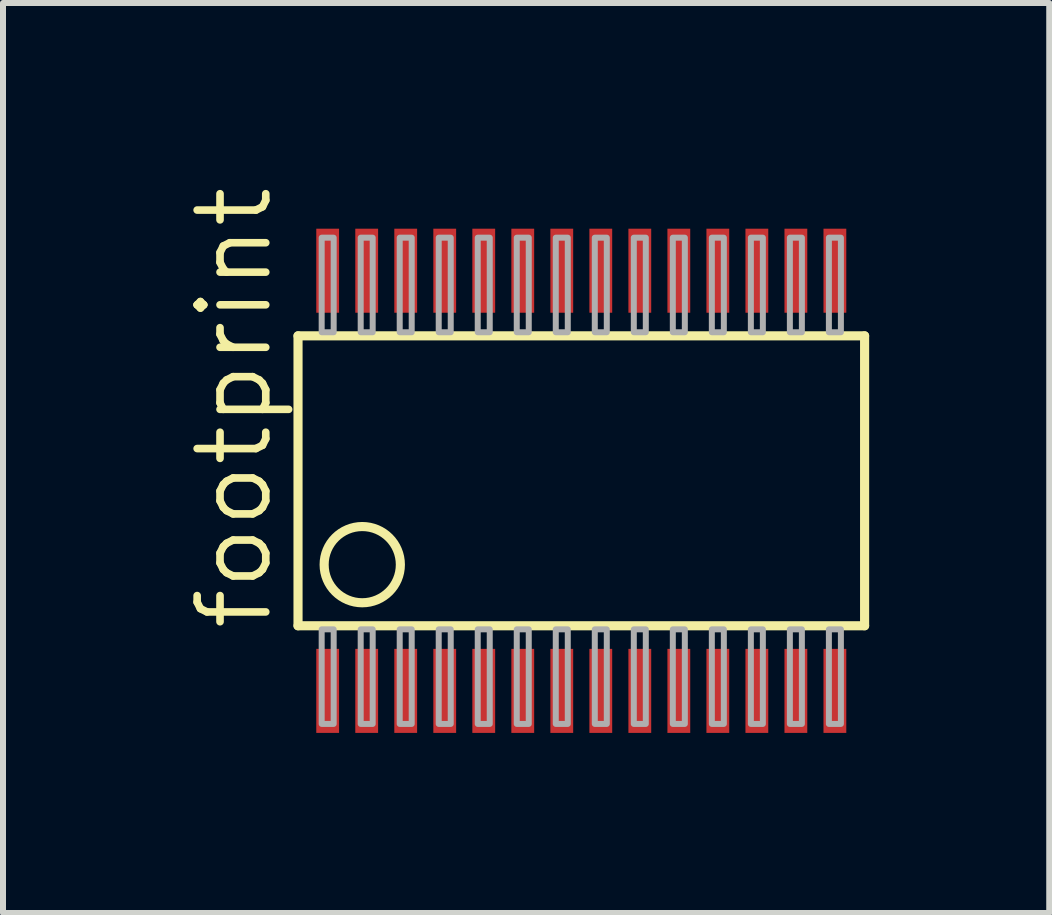
<source format=kicad_pcb>
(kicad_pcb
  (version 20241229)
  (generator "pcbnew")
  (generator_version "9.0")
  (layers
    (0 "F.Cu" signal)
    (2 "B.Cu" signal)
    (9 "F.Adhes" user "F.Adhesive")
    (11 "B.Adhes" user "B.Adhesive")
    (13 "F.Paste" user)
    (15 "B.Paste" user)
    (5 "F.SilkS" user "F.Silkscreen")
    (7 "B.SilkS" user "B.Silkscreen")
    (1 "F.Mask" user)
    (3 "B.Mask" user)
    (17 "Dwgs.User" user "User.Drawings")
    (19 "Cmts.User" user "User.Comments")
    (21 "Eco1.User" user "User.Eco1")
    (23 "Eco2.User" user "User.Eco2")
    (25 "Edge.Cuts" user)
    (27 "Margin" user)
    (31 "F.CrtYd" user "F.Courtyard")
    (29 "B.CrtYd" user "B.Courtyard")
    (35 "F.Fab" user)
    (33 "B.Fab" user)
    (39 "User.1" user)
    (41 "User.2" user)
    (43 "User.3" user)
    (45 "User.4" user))
  (footprint "footprint"
    (layer "F.Cu")
    (at 6.634 4.96)
    (property "Reference" "footprint" (at -5.11 2.54 90) (layer "F.SilkS") (effects (font (size 1.143 1.143) (thickness 0.127)) (justify left bottom)))
    (fp_line (start -4.719 2.415) (end -4.719 -2.415) (stroke (width 0.152) (type solid)) (layer "F.SilkS"))
    (fp_line (start -4.719 2.415) (end 4.72 2.415) (stroke (width 0.152) (type solid)) (layer "F.SilkS"))
    (fp_line (start 4.72 -2.415) (end -4.719 -2.415) (stroke (width 0.152) (type solid)) (layer "F.SilkS"))
    (fp_line (start 4.72 -2.415) (end 4.72 2.415) (stroke (width 0.152) (type solid)) (layer "F.SilkS"))
    (fp_circle (center -3.649 1.397) (end -3.014 1.397) (stroke (width 0.152) (type solid)) (fill no) (layer "F.SilkS"))
    (fp_poly (pts (xy -4.325 4.05) (xy -4.125 4.05) (xy -4.125 2.475) (xy -4.325 2.475)) (stroke (width 0.1) (type solid)) (fill no) (layer "F.Fab"))
    (fp_poly (pts (xy -4.125 -4.05) (xy -4.325 -4.05) (xy -4.325 -2.475) (xy -4.125 -2.475)) (stroke (width 0.1) (type solid)) (fill no) (layer "F.Fab"))
    (fp_poly (pts (xy -3.675 4.05) (xy -3.475 4.05) (xy -3.475 2.475) (xy -3.675 2.475)) (stroke (width 0.1) (type solid)) (fill no) (layer "F.Fab"))
    (fp_poly (pts (xy -3.475 -4.05) (xy -3.675 -4.05) (xy -3.675 -2.475) (xy -3.475 -2.475)) (stroke (width 0.1) (type solid)) (fill no) (layer "F.Fab"))
    (fp_poly (pts (xy -3.025 4.05) (xy -2.825 4.05) (xy -2.825 2.475) (xy -3.025 2.475)) (stroke (width 0.1) (type solid)) (fill no) (layer "F.Fab"))
    (fp_poly (pts (xy -2.825 -4.05) (xy -3.025 -4.05) (xy -3.025 -2.475) (xy -2.825 -2.475)) (stroke (width 0.1) (type solid)) (fill no) (layer "F.Fab"))
    (fp_poly (pts (xy -2.375 4.05) (xy -2.175 4.05) (xy -2.175 2.475) (xy -2.375 2.475)) (stroke (width 0.1) (type solid)) (fill no) (layer "F.Fab"))
    (fp_poly (pts (xy -2.175 -4.05) (xy -2.375 -4.05) (xy -2.375 -2.475) (xy -2.175 -2.475)) (stroke (width 0.1) (type solid)) (fill no) (layer "F.Fab"))
    (fp_poly (pts (xy -1.725 4.05) (xy -1.525 4.05) (xy -1.525 2.475) (xy -1.725 2.475)) (stroke (width 0.1) (type solid)) (fill no) (layer "F.Fab"))
    (fp_poly (pts (xy -1.525 -4.05) (xy -1.725 -4.05) (xy -1.725 -2.475) (xy -1.525 -2.475)) (stroke (width 0.1) (type solid)) (fill no) (layer "F.Fab"))
    (fp_poly (pts (xy -1.075 4.05) (xy -0.875 4.05) (xy -0.875 2.475) (xy -1.075 2.475)) (stroke (width 0.1) (type solid)) (fill no) (layer "F.Fab"))
    (fp_poly (pts (xy -0.875 -4.05) (xy -1.075 -4.05) (xy -1.075 -2.475) (xy -0.875 -2.475)) (stroke (width 0.1) (type solid)) (fill no) (layer "F.Fab"))
    (fp_poly (pts (xy -0.425 4.05) (xy -0.225 4.05) (xy -0.225 2.475) (xy -0.425 2.475)) (stroke (width 0.1) (type solid)) (fill no) (layer "F.Fab"))
    (fp_poly (pts (xy -0.225 -4.05) (xy -0.425 -4.05) (xy -0.425 -2.475) (xy -0.225 -2.475)) (stroke (width 0.1) (type solid)) (fill no) (layer "F.Fab"))
    (fp_poly (pts (xy 0.225 4.05) (xy 0.425 4.05) (xy 0.425 2.475) (xy 0.225 2.475)) (stroke (width 0.1) (type solid)) (fill no) (layer "F.Fab"))
    (fp_poly (pts (xy 0.425 -4.05) (xy 0.225 -4.05) (xy 0.225 -2.475) (xy 0.425 -2.475)) (stroke (width 0.1) (type solid)) (fill no) (layer "F.Fab"))
    (fp_poly (pts (xy 0.875 4.05) (xy 1.075 4.05) (xy 1.075 2.475) (xy 0.875 2.475)) (stroke (width 0.1) (type solid)) (fill no) (layer "F.Fab"))
    (fp_poly (pts (xy 1.075 -4.05) (xy 0.875 -4.05) (xy 0.875 -2.475) (xy 1.075 -2.475)) (stroke (width 0.1) (type solid)) (fill no) (layer "F.Fab"))
    (fp_poly (pts (xy 1.525 4.05) (xy 1.725 4.05) (xy 1.725 2.475) (xy 1.525 2.475)) (stroke (width 0.1) (type solid)) (fill no) (layer "F.Fab"))
    (fp_poly (pts (xy 1.725 -4.05) (xy 1.525 -4.05) (xy 1.525 -2.475) (xy 1.725 -2.475)) (stroke (width 0.1) (type solid)) (fill no) (layer "F.Fab"))
    (fp_poly (pts (xy 2.175 4.05) (xy 2.375 4.05) (xy 2.375 2.475) (xy 2.175 2.475)) (stroke (width 0.1) (type solid)) (fill no) (layer "F.Fab"))
    (fp_poly (pts (xy 2.375 -4.05) (xy 2.175 -4.05) (xy 2.175 -2.475) (xy 2.375 -2.475)) (stroke (width 0.1) (type solid)) (fill no) (layer "F.Fab"))
    (fp_poly (pts (xy 2.825 4.05) (xy 3.025 4.05) (xy 3.025 2.475) (xy 2.825 2.475)) (stroke (width 0.1) (type solid)) (fill no) (layer "F.Fab"))
    (fp_poly (pts (xy 3.025 -4.05) (xy 2.825 -4.05) (xy 2.825 -2.475) (xy 3.025 -2.475)) (stroke (width 0.1) (type solid)) (fill no) (layer "F.Fab"))
    (fp_poly (pts (xy 3.475 4.05) (xy 3.675 4.05) (xy 3.675 2.475) (xy 3.475 2.475)) (stroke (width 0.1) (type solid)) (fill no) (layer "F.Fab"))
    (fp_poly (pts (xy 3.675 -4.05) (xy 3.475 -4.05) (xy 3.475 -2.475) (xy 3.675 -2.475)) (stroke (width 0.1) (type solid)) (fill no) (layer "F.Fab"))
    (fp_poly (pts (xy 4.125 4.05) (xy 4.325 4.05) (xy 4.325 2.475) (xy 4.125 2.475)) (stroke (width 0.1) (type solid)) (fill no) (layer "F.Fab"))
    (fp_poly (pts (xy 4.325 -4.05) (xy 4.125 -4.05) (xy 4.125 -2.475) (xy 4.325 -2.475)) (stroke (width 0.1) (type solid)) (fill no) (layer "F.Fab"))
    (pad "1" smd rect (at -4.225 3.5) (size 0.38 1.4) (layers "F.Cu" "F.Mask" "F.Paste"))
    (pad "2" smd rect (at -3.575 3.5) (size 0.38 1.4) (layers "F.Cu" "F.Mask" "F.Paste"))
    (pad "3" smd rect (at -2.925 3.5) (size 0.38 1.4) (layers "F.Cu" "F.Mask" "F.Paste"))
    (pad "4" smd rect (at -2.275 3.5) (size 0.38 1.4) (layers "F.Cu" "F.Mask" "F.Paste"))
    (pad "5" smd rect (at -1.625 3.5) (size 0.38 1.4) (layers "F.Cu" "F.Mask" "F.Paste"))
    (pad "6" smd rect (at -0.975 3.5) (size 0.38 1.4) (layers "F.Cu" "F.Mask" "F.Paste"))
    (pad "7" smd rect (at -0.325 3.5) (size 0.38 1.4) (layers "F.Cu" "F.Mask" "F.Paste"))
    (pad "8" smd rect (at 0.325 3.5) (size 0.38 1.4) (layers "F.Cu" "F.Mask" "F.Paste"))
    (pad "9" smd rect (at 0.975 3.5) (size 0.38 1.4) (layers "F.Cu" "F.Mask" "F.Paste"))
    (pad "10" smd rect (at 1.625 3.5) (size 0.38 1.4) (layers "F.Cu" "F.Mask" "F.Paste"))
    (pad "11" smd rect (at 2.275 3.5) (size 0.38 1.4) (layers "F.Cu" "F.Mask" "F.Paste"))
    (pad "12" smd rect (at 2.925 3.5) (size 0.38 1.4) (layers "F.Cu" "F.Mask" "F.Paste"))
    (pad "13" smd rect (at 3.575 3.5) (size 0.38 1.4) (layers "F.Cu" "F.Mask" "F.Paste"))
    (pad "14" smd rect (at 4.225 3.5) (size 0.38 1.4) (layers "F.Cu" "F.Mask" "F.Paste"))
    (pad "15" smd rect (at 4.225 -3.5 180) (size 0.38 1.4) (layers "F.Cu" "F.Mask" "F.Paste"))
    (pad "16" smd rect (at 3.575 -3.5 180) (size 0.38 1.4) (layers "F.Cu" "F.Mask" "F.Paste"))
    (pad "17" smd rect (at 2.925 -3.5 180) (size 0.38 1.4) (layers "F.Cu" "F.Mask" "F.Paste"))
    (pad "18" smd rect (at 2.275 -3.5 180) (size 0.38 1.4) (layers "F.Cu" "F.Mask" "F.Paste"))
    (pad "19" smd rect (at 1.625 -3.5 180) (size 0.38 1.4) (layers "F.Cu" "F.Mask" "F.Paste"))
    (pad "20" smd rect (at 0.975 -3.5 180) (size 0.38 1.4) (layers "F.Cu" "F.Mask" "F.Paste"))
    (pad "21" smd rect (at 0.325 -3.5 180) (size 0.38 1.4) (layers "F.Cu" "F.Mask" "F.Paste"))
    (pad "22" smd rect (at -0.325 -3.5 180) (size 0.38 1.4) (layers "F.Cu" "F.Mask" "F.Paste"))
    (pad "23" smd rect (at -0.975 -3.5 180) (size 0.38 1.4) (layers "F.Cu" "F.Mask" "F.Paste"))
    (pad "24" smd rect (at -1.625 -3.5 180) (size 0.38 1.4) (layers "F.Cu" "F.Mask" "F.Paste"))
    (pad "25" smd rect (at -2.275 -3.5 180) (size 0.38 1.4) (layers "F.Cu" "F.Mask" "F.Paste"))
    (pad "26" smd rect (at -2.925 -3.5 180) (size 0.38 1.4) (layers "F.Cu" "F.Mask" "F.Paste"))
    (pad "27" smd rect (at -3.575 -3.5 180) (size 0.38 1.4) (layers "F.Cu" "F.Mask" "F.Paste"))
    (pad "28" smd rect (at -4.225 -3.5 180) (size 0.38 1.4) (layers "F.Cu" "F.Mask" "F.Paste")))
  (gr_rect
    (start -3 -3)
    (end 14.43 12.16)
    (stroke (width 0.1) (type default))
    (fill no)
    (layer "Edge.Cuts")))
</source>
